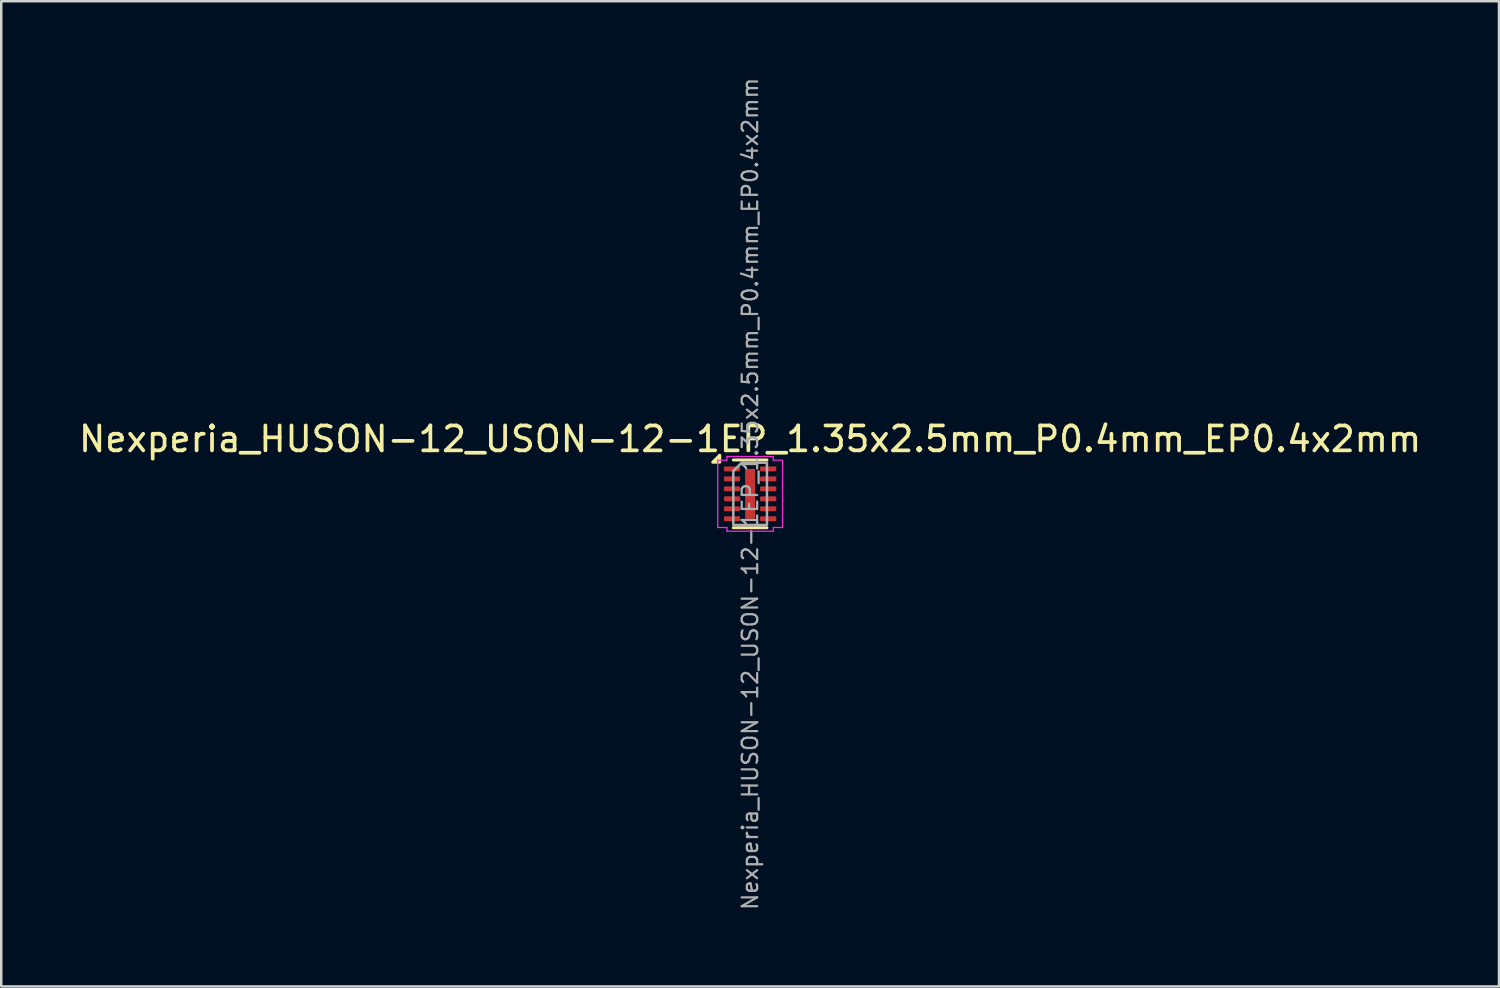
<source format=kicad_pcb>
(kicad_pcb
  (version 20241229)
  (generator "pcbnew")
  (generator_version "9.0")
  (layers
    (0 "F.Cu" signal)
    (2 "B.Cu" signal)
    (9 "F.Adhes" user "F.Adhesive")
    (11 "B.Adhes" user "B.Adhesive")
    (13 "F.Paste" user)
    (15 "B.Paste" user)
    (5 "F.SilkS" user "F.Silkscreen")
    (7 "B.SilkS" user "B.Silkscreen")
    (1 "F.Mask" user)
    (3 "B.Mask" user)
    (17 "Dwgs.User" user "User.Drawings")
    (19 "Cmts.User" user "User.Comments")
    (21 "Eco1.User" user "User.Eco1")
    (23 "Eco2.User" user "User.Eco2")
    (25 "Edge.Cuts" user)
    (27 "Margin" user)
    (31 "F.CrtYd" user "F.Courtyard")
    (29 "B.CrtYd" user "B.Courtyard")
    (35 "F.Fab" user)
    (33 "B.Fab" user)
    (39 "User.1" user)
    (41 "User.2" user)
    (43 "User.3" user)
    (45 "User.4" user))
  (footprint "Nexperia_HUSON-12_USON-12-1EP_1.35x2.5mm_P0.4mm_EP0.4x2mm"
    (layer "F.Cu")
    (at 27.054 16.769)
    (property "Reference" "Nexperia_HUSON-12_USON-12-1EP_1.35x2.5mm_P0.4mm_EP0.4x2mm" (at 0 -2.2 0) (layer "F.SilkS") (effects (font (size 1 1) (thickness 0.15))))
    (attr smd)
    (fp_line (start -0.675 -1.36) (end 0.675 -1.36) (stroke (width 0.12) (type solid)) (layer "F.SilkS"))
    (fp_line (start -0.675 1.36) (end 0.675 1.36) (stroke (width 0.12) (type solid)) (layer "F.SilkS"))
    (fp_poly (pts (xy -1.22 -1.27) (xy -1.5 -1.27) (xy -1.22 -1.55)) (stroke (width 0.12) (type solid)) (fill yes) (layer "F.SilkS"))
    (fp_line (start -1.3 -1.35) (end -0.93 -1.35) (stroke (width 0.05) (type solid)) (layer "F.CrtYd"))
    (fp_line (start -1.3 1.35) (end -1.3 -1.35) (stroke (width 0.05) (type solid)) (layer "F.CrtYd"))
    (fp_line (start -0.93 -1.5) (end 0.93 -1.5) (stroke (width 0.05) (type solid)) (layer "F.CrtYd"))
    (fp_line (start -0.93 -1.35) (end -0.93 -1.5) (stroke (width 0.05) (type solid)) (layer "F.CrtYd"))
    (fp_line (start -0.93 1.35) (end -1.3 1.35) (stroke (width 0.05) (type solid)) (layer "F.CrtYd"))
    (fp_line (start -0.93 1.5) (end -0.93 1.35) (stroke (width 0.05) (type solid)) (layer "F.CrtYd"))
    (fp_line (start 0.93 -1.5) (end 0.93 -1.35) (stroke (width 0.05) (type solid)) (layer "F.CrtYd"))
    (fp_line (start 0.93 -1.35) (end 1.3 -1.35) (stroke (width 0.05) (type solid)) (layer "F.CrtYd"))
    (fp_line (start 0.93 1.35) (end 0.93 1.5) (stroke (width 0.05) (type solid)) (layer "F.CrtYd"))
    (fp_line (start 0.93 1.5) (end -0.93 1.5) (stroke (width 0.05) (type solid)) (layer "F.CrtYd"))
    (fp_line (start 1.3 -1.35) (end 1.3 1.35) (stroke (width 0.05) (type solid)) (layer "F.CrtYd"))
    (fp_line (start 1.3 1.35) (end 0.93 1.35) (stroke (width 0.05) (type solid)) (layer "F.CrtYd"))
    (fp_poly (pts (xy -0.675 -0.912) (xy -0.675 1.25) (xy 0.675 1.25) (xy 0.675 -1.25) (xy -0.338 -1.25)) (stroke (width 0.1) (type solid)) (fill no) (layer "F.Fab"))
    (fp_text user "${REFERENCE}" (at 0 0 90) (layer "F.Fab") (effects (font (size 0.62 0.62) (thickness 0.09))))
    (pad "" smd roundrect (at 0 0) (size 0.32 1.61) (layers "F.Paste") (roundrect_rratio 0.25))
    (pad "1" smd roundrect (at -0.725 -1) (size 0.65 0.2) (layers "F.Cu" "F.Mask" "F.Paste") (roundrect_rratio 0.25))
    (pad "2" smd roundrect (at -0.725 -0.6) (size 0.65 0.2) (layers "F.Cu" "F.Mask" "F.Paste") (roundrect_rratio 0.25))
    (pad "3" smd roundrect (at -0.725 -0.2) (size 0.65 0.2) (layers "F.Cu" "F.Mask" "F.Paste") (roundrect_rratio 0.25))
    (pad "4" smd roundrect (at -0.725 0.2) (size 0.65 0.2) (layers "F.Cu" "F.Mask" "F.Paste") (roundrect_rratio 0.25))
    (pad "5" smd roundrect (at -0.725 0.6) (size 0.65 0.2) (layers "F.Cu" "F.Mask" "F.Paste") (roundrect_rratio 0.25))
    (pad "6" smd roundrect (at -0.725 1) (size 0.65 0.2) (layers "F.Cu" "F.Mask" "F.Paste") (roundrect_rratio 0.25))
    (pad "7" smd roundrect (at 0.725 1) (size 0.65 0.2) (layers "F.Cu" "F.Mask" "F.Paste") (roundrect_rratio 0.25))
    (pad "8" smd roundrect (at 0.725 0.6) (size 0.65 0.2) (layers "F.Cu" "F.Mask" "F.Paste") (roundrect_rratio 0.25))
    (pad "9" smd roundrect (at 0.725 0.2) (size 0.65 0.2) (layers "F.Cu" "F.Mask" "F.Paste") (roundrect_rratio 0.25))
    (pad "10" smd roundrect (at 0.725 -0.2) (size 0.65 0.2) (layers "F.Cu" "F.Mask" "F.Paste") (roundrect_rratio 0.25))
    (pad "11" smd roundrect (at 0.725 -0.6) (size 0.65 0.2) (layers "F.Cu" "F.Mask" "F.Paste") (roundrect_rratio 0.25))
    (pad "12" smd roundrect (at 0.725 -1) (size 0.65 0.2) (layers "F.Cu" "F.Mask" "F.Paste") (roundrect_rratio 0.25))
    (pad "13" smd rect (at 0 0) (size 0.4 2) (property pad_prop_heatsink) (layers "F.Cu" "F.Mask")))
  (gr_rect
    (start -3 -3)
    (end 57.107 36.537)
    (stroke (width 0.1) (type default))
    (fill no)
    (layer "Edge.Cuts")))
</source>
